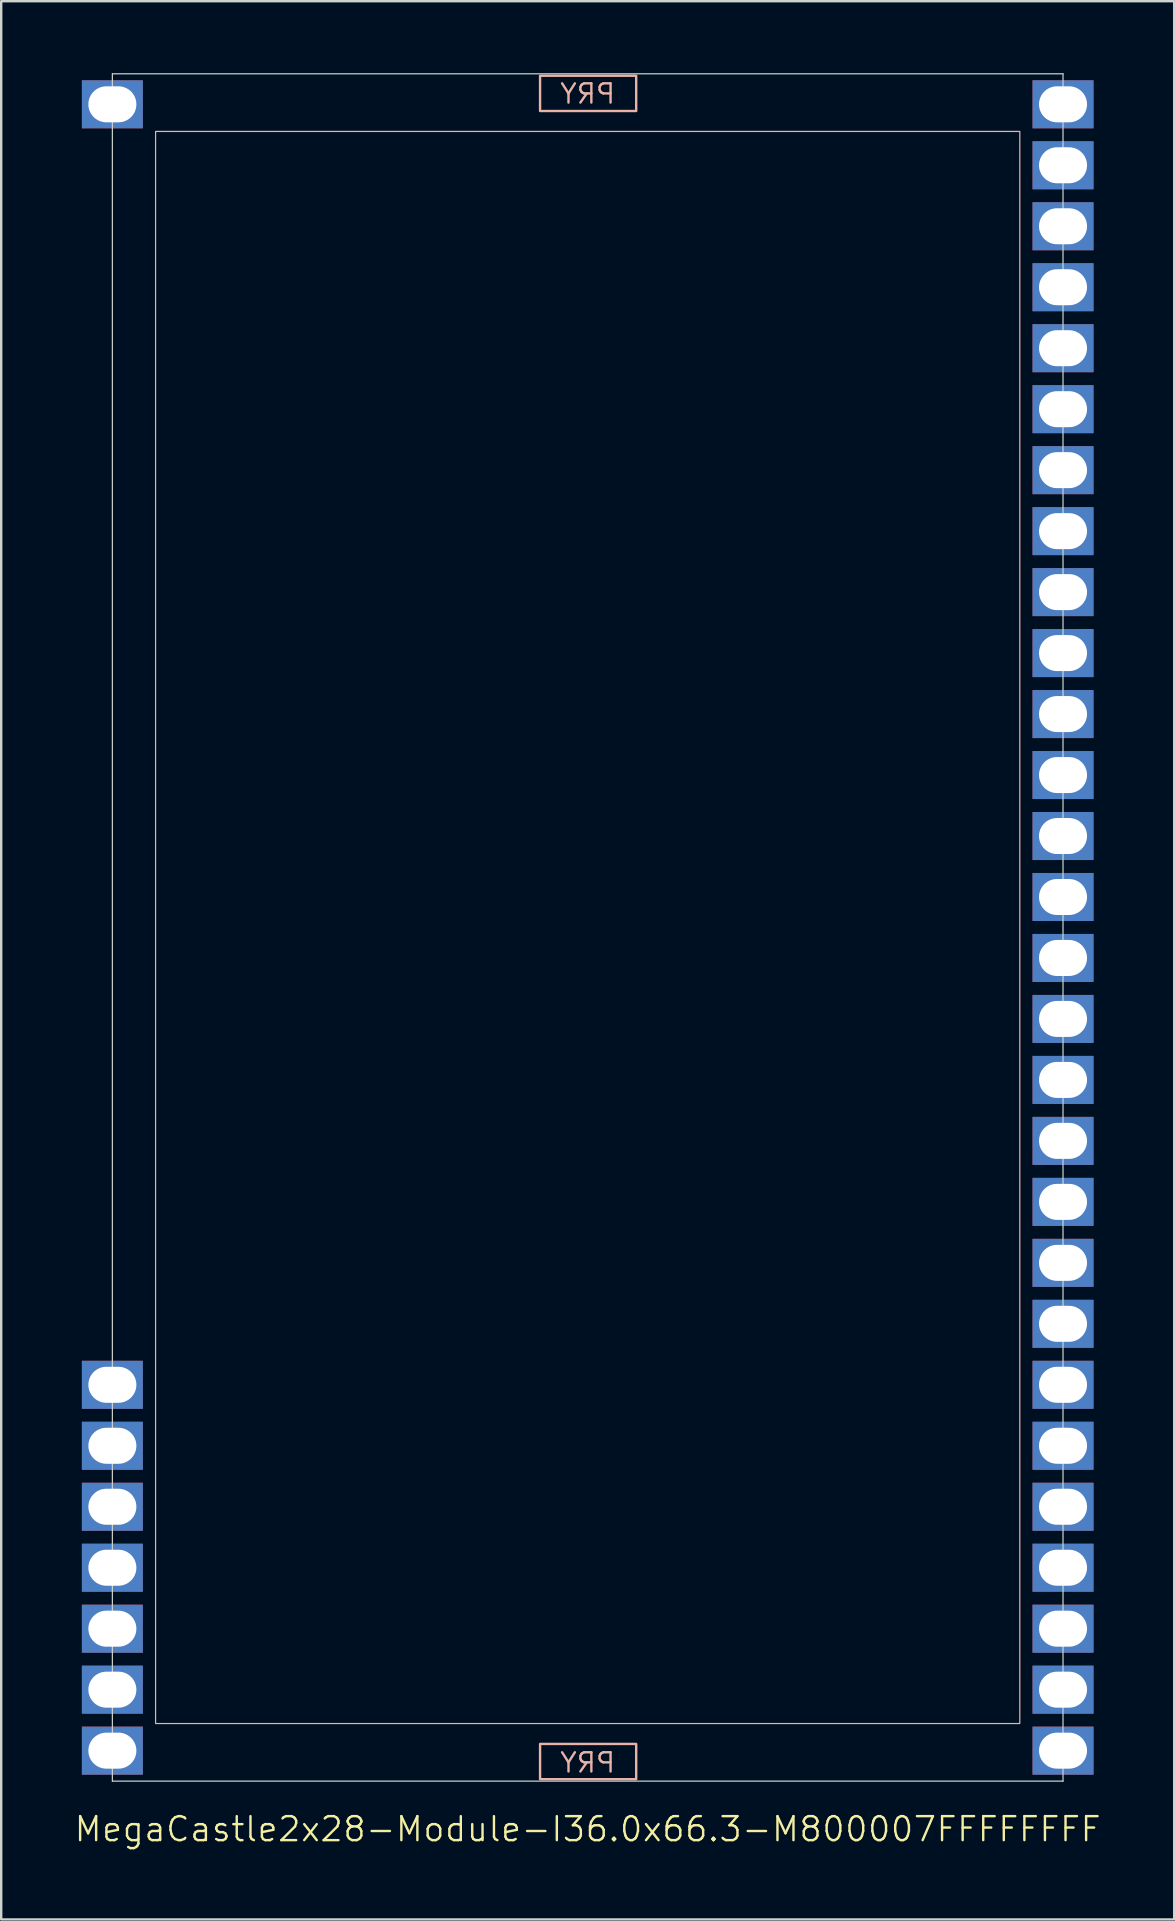
<source format=kicad_pcb>
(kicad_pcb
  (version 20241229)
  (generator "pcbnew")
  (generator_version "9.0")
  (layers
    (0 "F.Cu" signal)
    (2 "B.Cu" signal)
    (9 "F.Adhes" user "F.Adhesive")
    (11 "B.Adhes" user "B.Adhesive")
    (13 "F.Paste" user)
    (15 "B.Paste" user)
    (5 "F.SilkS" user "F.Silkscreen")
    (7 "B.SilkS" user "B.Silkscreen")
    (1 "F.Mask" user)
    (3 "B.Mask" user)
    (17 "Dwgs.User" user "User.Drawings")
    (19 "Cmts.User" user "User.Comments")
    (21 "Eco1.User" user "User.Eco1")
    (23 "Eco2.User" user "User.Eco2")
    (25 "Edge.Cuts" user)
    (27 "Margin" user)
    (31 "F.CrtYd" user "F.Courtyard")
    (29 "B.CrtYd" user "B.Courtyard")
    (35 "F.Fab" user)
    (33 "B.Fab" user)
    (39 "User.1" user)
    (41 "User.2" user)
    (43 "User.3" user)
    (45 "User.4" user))
  (footprint "MegaCastle2x28-Module-I36.0x66.3-M800007FFFFFFFF"
    (layer "F.Cu")
    (at 21.431 35.585)
    (property "Reference" "MegaCastle2x28-Module-I36.0x66.3-M800007FFFFFFFF" (at 0 37.56 0) (unlocked yes) (layer "F.SilkS") (effects (font (size 1 1) (thickness 0.1))))
    (attr smd)
    (fp_rect (start -18 33.16) (end 18 -33.16) (stroke (width 0.05) (type default)) (fill no) (layer "B.SilkS"))
    (fp_rect (start -1.984 -34.011) (end 2.02 -35.48) (stroke (width 0.1) (type default)) (fill no) (layer "B.SilkS"))
    (fp_rect (start -1.984 34.011) (end 2.02 35.48) (stroke (width 0.1) (type default)) (fill no) (layer "B.SilkS"))
    (fp_line (start -19.8 -35.56) (end -19.8 35.56) (stroke (width 0.05) (type default)) (layer "Edge.Cuts"))
    (fp_line (start -19.8 -35.56) (end 19.8 -35.56) (stroke (width 0.05) (type default)) (layer "Edge.Cuts"))
    (fp_line (start -19.8 35.56) (end 19.8 35.56) (stroke (width 0.05) (type default)) (layer "Edge.Cuts"))
    (fp_line (start 19.8 -35.56) (end 19.8 35.56) (stroke (width 0.05) (type default)) (layer "Edge.Cuts"))
    (fp_text user "PRY" (at 0 35.26 0) (unlocked yes) (layer "B.SilkS") (effects (font (size 0.8 0.8) (thickness 0.1)) (justify bottom mirror)))
    (fp_text user "PRY" (at 0 -34.26 0) (unlocked yes) (layer "B.SilkS") (effects (font (size 0.8 0.8) (thickness 0.1)) (justify bottom mirror)))
    (pad "1" thru_hole rect (at -19.8 -34.29) (size 2.54 2) (drill oval 2 1.5) (property pad_prop_castellated) (layers "*.Cu" "*.Mask"))
    (pad "22" thru_hole rect (at -19.8 19.05) (size 2.54 2) (drill oval 2 1.5) (property pad_prop_castellated) (layers "*.Cu" "*.Mask"))
    (pad "23" thru_hole rect (at -19.8 21.59) (size 2.54 2) (drill oval 2 1.5) (property pad_prop_castellated) (layers "*.Cu" "*.Mask"))
    (pad "24" thru_hole rect (at -19.8 24.13) (size 2.54 2) (drill oval 2 1.5) (property pad_prop_castellated) (layers "*.Cu" "*.Mask"))
    (pad "25" thru_hole rect (at -19.8 26.67) (size 2.54 2) (drill oval 2 1.5) (property pad_prop_castellated) (layers "*.Cu" "*.Mask"))
    (pad "26" thru_hole rect (at -19.8 29.21) (size 2.54 2) (drill oval 2 1.5) (property pad_prop_castellated) (layers "*.Cu" "*.Mask"))
    (pad "27" thru_hole rect (at -19.8 31.75) (size 2.54 2) (drill oval 2 1.5) (property pad_prop_castellated) (layers "*.Cu" "*.Mask"))
    (pad "28" thru_hole rect (at -19.8 34.29) (size 2.54 2) (drill oval 2 1.5) (property pad_prop_castellated) (layers "*.Cu" "*.Mask"))
    (pad "29" thru_hole rect (at 19.8 -34.29) (size 2.54 2) (drill oval 2 1.5) (property pad_prop_castellated) (layers "*.Cu" "*.Mask"))
    (pad "30" thru_hole rect (at 19.8 -31.75) (size 2.54 2) (drill oval 2 1.5) (property pad_prop_castellated) (layers "*.Cu" "*.Mask"))
    (pad "31" thru_hole rect (at 19.8 -29.21) (size 2.54 2) (drill oval 2 1.5) (property pad_prop_castellated) (layers "*.Cu" "*.Mask"))
    (pad "32" thru_hole rect (at 19.8 -26.67) (size 2.54 2) (drill oval 2 1.5) (property pad_prop_castellated) (layers "*.Cu" "*.Mask"))
    (pad "33" thru_hole rect (at 19.8 -24.13) (size 2.54 2) (drill oval 2 1.5) (property pad_prop_castellated) (layers "*.Cu" "*.Mask"))
    (pad "34" thru_hole rect (at 19.8 -21.59) (size 2.54 2) (drill oval 2 1.5) (property pad_prop_castellated) (layers "*.Cu" "*.Mask"))
    (pad "35" thru_hole rect (at 19.8 -19.05) (size 2.54 2) (drill oval 2 1.5) (property pad_prop_castellated) (layers "*.Cu" "*.Mask"))
    (pad "36" thru_hole rect (at 19.8 -16.51) (size 2.54 2) (drill oval 2 1.5) (property pad_prop_castellated) (layers "*.Cu" "*.Mask"))
    (pad "37" thru_hole rect (at 19.8 -13.97) (size 2.54 2) (drill oval 2 1.5) (property pad_prop_castellated) (layers "*.Cu" "*.Mask"))
    (pad "38" thru_hole rect (at 19.8 -11.43) (size 2.54 2) (drill oval 2 1.5) (property pad_prop_castellated) (layers "*.Cu" "*.Mask"))
    (pad "39" thru_hole rect (at 19.8 -8.89) (size 2.54 2) (drill oval 2 1.5) (property pad_prop_castellated) (layers "*.Cu" "*.Mask"))
    (pad "40" thru_hole rect (at 19.8 -6.35) (size 2.54 2) (drill oval 2 1.5) (property pad_prop_castellated) (layers "*.Cu" "*.Mask"))
    (pad "41" thru_hole rect (at 19.8 -3.81) (size 2.54 2) (drill oval 2 1.5) (property pad_prop_castellated) (layers "*.Cu" "*.Mask"))
    (pad "42" thru_hole rect (at 19.8 -1.27) (size 2.54 2) (drill oval 2 1.5) (property pad_prop_castellated) (layers "*.Cu" "*.Mask"))
    (pad "43" thru_hole rect (at 19.8 1.27) (size 2.54 2) (drill oval 2 1.5) (property pad_prop_castellated) (layers "*.Cu" "*.Mask"))
    (pad "44" thru_hole rect (at 19.8 3.81) (size 2.54 2) (drill oval 2 1.5) (property pad_prop_castellated) (layers "*.Cu" "*.Mask"))
    (pad "45" thru_hole rect (at 19.8 6.35) (size 2.54 2) (drill oval 2 1.5) (property pad_prop_castellated) (layers "*.Cu" "*.Mask"))
    (pad "46" thru_hole rect (at 19.8 8.89) (size 2.54 2) (drill oval 2 1.5) (property pad_prop_castellated) (layers "*.Cu" "*.Mask"))
    (pad "47" thru_hole rect (at 19.8 11.43) (size 2.54 2) (drill oval 2 1.5) (property pad_prop_castellated) (layers "*.Cu" "*.Mask"))
    (pad "48" thru_hole rect (at 19.8 13.97) (size 2.54 2) (drill oval 2 1.5) (property pad_prop_castellated) (layers "*.Cu" "*.Mask"))
    (pad "49" thru_hole rect (at 19.8 16.51) (size 2.54 2) (drill oval 2 1.5) (property pad_prop_castellated) (layers "*.Cu" "*.Mask"))
    (pad "50" thru_hole rect (at 19.8 19.05) (size 2.54 2) (drill oval 2 1.5) (property pad_prop_castellated) (layers "*.Cu" "*.Mask"))
    (pad "51" thru_hole rect (at 19.8 21.59) (size 2.54 2) (drill oval 2 1.5) (property pad_prop_castellated) (layers "*.Cu" "*.Mask"))
    (pad "52" thru_hole rect (at 19.8 24.13) (size 2.54 2) (drill oval 2 1.5) (property pad_prop_castellated) (layers "*.Cu" "*.Mask"))
    (pad "53" thru_hole rect (at 19.8 26.67) (size 2.54 2) (drill oval 2 1.5) (property pad_prop_castellated) (layers "*.Cu" "*.Mask"))
    (pad "54" thru_hole rect (at 19.8 29.21) (size 2.54 2) (drill oval 2 1.5) (property pad_prop_castellated) (layers "*.Cu" "*.Mask"))
    (pad "55" thru_hole rect (at 19.8 31.75) (size 2.54 2) (drill oval 2 1.5) (property pad_prop_castellated) (layers "*.Cu" "*.Mask"))
    (pad "56" thru_hole rect (at 19.8 34.29) (size 2.54 2) (drill oval 2 1.5) (property pad_prop_castellated) (layers "*.Cu" "*.Mask"))
    (zone (net_name "") (layer "B.Cu") (hatch edge 0.5) (connect_pads) (min_thickness 0.25) (filled_areas_thickness no) (keepout (tracks allowed) (vias allowed) (pads allowed) (copperpour allowed) (footprints not_allowed)) (placement (enabled no)) (fill) (polygon (pts (xy 1.631 71.145) (xy 1.631 0.025) (xy 3.431 0.025) (xy 3.431 71.145))))
    (zone (net_name "") (layer "B.Cu") (hatch edge 0.5) (connect_pads) (min_thickness 0.25) (filled_areas_thickness no) (keepout (tracks allowed) (vias allowed) (pads allowed) (copperpour allowed) (footprints not_allowed)) (placement (enabled no)) (fill) (polygon (pts (xy 3.431 0.025) (xy 3.431 2.425) (xy 39.431 2.425) (xy 39.431 0.025))))
    (zone (net_name "") (layer "B.Cu") (hatch edge 0.5) (connect_pads) (min_thickness 0.25) (filled_areas_thickness no) (keepout (tracks allowed) (vias allowed) (pads allowed) (copperpour allowed) (footprints not_allowed)) (placement (enabled no)) (fill) (polygon (pts (xy 3.431 71.145) (xy 3.431 68.745) (xy 39.431 68.745) (xy 39.431 71.145))))
    (zone (net_name "") (layer "B.Cu") (name "Upper Pry Zone") (hatch edge 0.5) (connect_pads) (min_thickness 0.25) (filled_areas_thickness no) (keepout (tracks not_allowed) (vias not_allowed) (pads not_allowed) (copperpour allowed) (footprints not_allowed)) (placement (enabled no)) (fill) (polygon (pts (xy 19.447 1.574) (xy 19.447 0.105) (xy 23.45 0.105) (xy 23.45 1.574))))
    (zone (net_name "") (layer "B.Cu") (name "Upper Pry Zone") (hatch edge 0.5) (connect_pads) (min_thickness 0.25) (filled_areas_thickness no) (keepout (tracks not_allowed) (vias not_allowed) (pads not_allowed) (copperpour allowed) (footprints not_allowed)) (placement (enabled no)) (fill) (polygon (pts (xy 19.447 69.596) (xy 19.447 71.065) (xy 23.45 71.065) (xy 23.45 69.596))))
    (zone (net_name "") (layer "B.Cu") (hatch edge 0.5) (connect_pads) (min_thickness 0.25) (filled_areas_thickness no) (keepout (tracks allowed) (vias allowed) (pads allowed) (copperpour allowed) (footprints not_allowed)) (placement (enabled no)) (fill) (polygon (pts (xy 41.231 71.145) (xy 41.231 0.025) (xy 39.431 0.025) (xy 39.431 71.145)))))
  (gr_rect
    (start -3 -3)
    (end 45.862 76.906)
    (stroke (width 0.1) (type default))
    (fill no)
    (layer "Edge.Cuts")))
</source>
